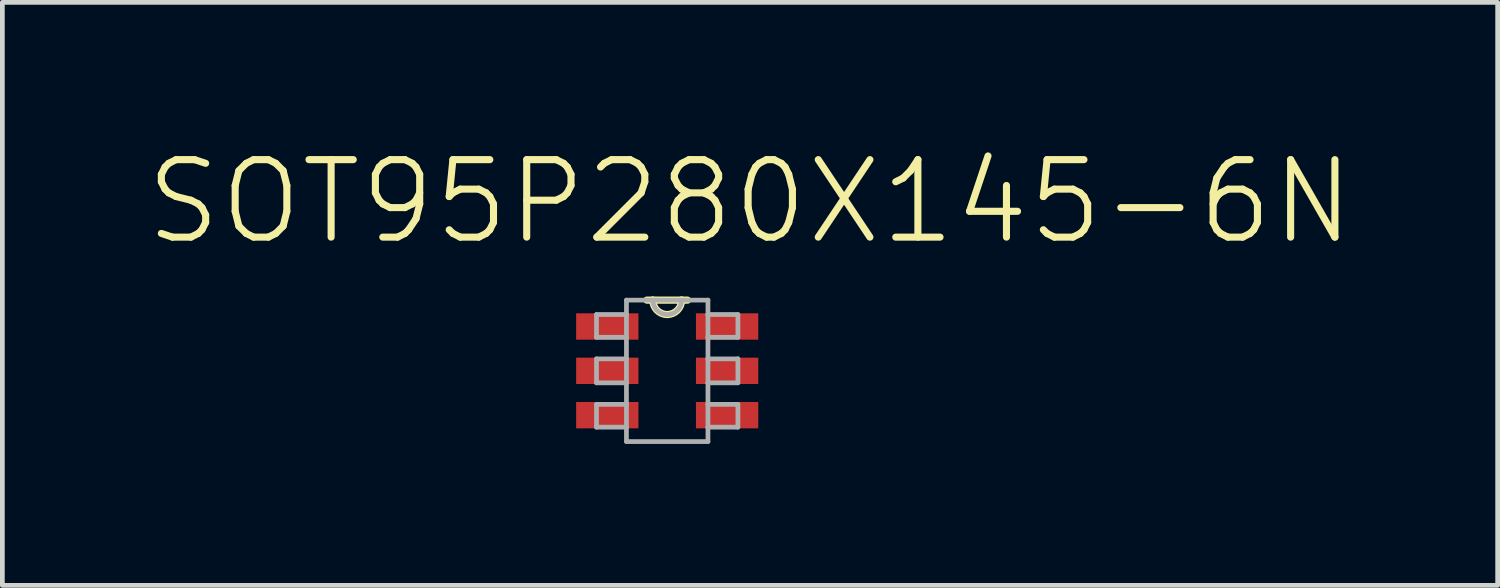
<source format=kicad_pcb>
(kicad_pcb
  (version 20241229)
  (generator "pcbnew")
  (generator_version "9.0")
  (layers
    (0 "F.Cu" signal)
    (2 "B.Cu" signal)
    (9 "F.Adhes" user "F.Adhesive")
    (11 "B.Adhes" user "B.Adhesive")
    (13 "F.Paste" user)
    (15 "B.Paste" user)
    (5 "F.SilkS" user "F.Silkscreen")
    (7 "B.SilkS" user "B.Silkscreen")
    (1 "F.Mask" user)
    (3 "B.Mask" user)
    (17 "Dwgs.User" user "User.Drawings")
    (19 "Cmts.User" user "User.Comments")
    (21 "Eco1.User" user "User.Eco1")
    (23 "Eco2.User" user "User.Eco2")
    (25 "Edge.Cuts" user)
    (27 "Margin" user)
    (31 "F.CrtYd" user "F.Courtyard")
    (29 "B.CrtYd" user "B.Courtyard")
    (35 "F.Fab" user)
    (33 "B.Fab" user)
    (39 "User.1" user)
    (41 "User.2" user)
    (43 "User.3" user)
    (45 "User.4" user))
  (footprint "SOT95P280X145-6N"
    (layer "F.Cu")
    (at 11.095 4.812)
    (property "Reference" "SOT95P280X145-6N" (at 1.755 -3.587 0) (layer "F.SilkS") (effects (font (size 1.643 1.643) (thickness 0.15))))
    (attr smd)
    (fp_line (start -0.305 -1.499) (end -0.432 -1.499) (stroke (width 0.152) (type solid)) (layer "F.SilkS"))
    (fp_line (start 0.305 -1.499) (end -0.305 -1.499) (stroke (width 0.152) (type solid)) (layer "F.SilkS"))
    (fp_line (start 0.432 -1.499) (end 0.305 -1.499) (stroke (width 0.152) (type solid)) (layer "F.SilkS"))
    (fp_arc (start 0.3048 -1.4986) (mid 0 -1.1938) (end -0.3048 -1.4986) (stroke (width 0.1524) (type solid)) (layer "F.SilkS"))
    (fp_line (start -1.499 -1.194) (end -1.499 -0.711) (stroke (width 0.1) (type solid)) (layer "F.Fab"))
    (fp_line (start -1.499 -0.711) (end -0.864 -0.711) (stroke (width 0.1) (type solid)) (layer "F.Fab"))
    (fp_line (start -1.499 -0.254) (end -1.499 0.254) (stroke (width 0.1) (type solid)) (layer "F.Fab"))
    (fp_line (start -1.499 0.254) (end -0.864 0.254) (stroke (width 0.1) (type solid)) (layer "F.Fab"))
    (fp_line (start -1.499 0.711) (end -1.499 1.194) (stroke (width 0.1) (type solid)) (layer "F.Fab"))
    (fp_line (start -1.499 1.194) (end -0.864 1.194) (stroke (width 0.1) (type solid)) (layer "F.Fab"))
    (fp_line (start -0.864 -1.499) (end -0.864 -1.194) (stroke (width 0.1) (type solid)) (layer "F.Fab"))
    (fp_line (start -0.864 -1.194) (end -1.499 -1.194) (stroke (width 0.1) (type solid)) (layer "F.Fab"))
    (fp_line (start -0.864 -1.194) (end -0.864 -0.711) (stroke (width 0.1) (type solid)) (layer "F.Fab"))
    (fp_line (start -0.864 -0.711) (end -0.864 -0.254) (stroke (width 0.1) (type solid)) (layer "F.Fab"))
    (fp_line (start -0.864 -0.254) (end -1.499 -0.254) (stroke (width 0.1) (type solid)) (layer "F.Fab"))
    (fp_line (start -0.864 -0.254) (end -0.864 0.254) (stroke (width 0.1) (type solid)) (layer "F.Fab"))
    (fp_line (start -0.864 0.254) (end -0.864 0.711) (stroke (width 0.1) (type solid)) (layer "F.Fab"))
    (fp_line (start -0.864 0.711) (end -1.499 0.711) (stroke (width 0.1) (type solid)) (layer "F.Fab"))
    (fp_line (start -0.864 1.194) (end -0.864 0.711) (stroke (width 0.1) (type solid)) (layer "F.Fab"))
    (fp_line (start -0.864 1.499) (end -0.864 1.194) (stroke (width 0.1) (type solid)) (layer "F.Fab"))
    (fp_line (start -0.864 1.499) (end 0.864 1.499) (stroke (width 0.1) (type solid)) (layer "F.Fab"))
    (fp_line (start -0.305 -1.499) (end -0.864 -1.499) (stroke (width 0.1) (type solid)) (layer "F.Fab"))
    (fp_line (start 0.305 -1.499) (end -0.305 -1.499) (stroke (width 0.1) (type solid)) (layer "F.Fab"))
    (fp_line (start 0.864 -1.499) (end 0.305 -1.499) (stroke (width 0.1) (type solid)) (layer "F.Fab"))
    (fp_line (start 0.864 -1.499) (end 0.864 -1.194) (stroke (width 0.1) (type solid)) (layer "F.Fab"))
    (fp_line (start 0.864 -1.194) (end 0.864 -0.711) (stroke (width 0.1) (type solid)) (layer "F.Fab"))
    (fp_line (start 0.864 -0.711) (end 1.499 -0.711) (stroke (width 0.1) (type solid)) (layer "F.Fab"))
    (fp_line (start 0.864 -0.254) (end 0.864 -0.711) (stroke (width 0.1) (type solid)) (layer "F.Fab"))
    (fp_line (start 0.864 0.254) (end 0.864 -0.254) (stroke (width 0.1) (type solid)) (layer "F.Fab"))
    (fp_line (start 0.864 0.254) (end 1.499 0.254) (stroke (width 0.1) (type solid)) (layer "F.Fab"))
    (fp_line (start 0.864 0.711) (end 0.864 0.254) (stroke (width 0.1) (type solid)) (layer "F.Fab"))
    (fp_line (start 0.864 1.194) (end 0.864 0.711) (stroke (width 0.1) (type solid)) (layer "F.Fab"))
    (fp_line (start 0.864 1.194) (end 1.499 1.194) (stroke (width 0.1) (type solid)) (layer "F.Fab"))
    (fp_line (start 0.864 1.499) (end 0.864 1.194) (stroke (width 0.1) (type solid)) (layer "F.Fab"))
    (fp_line (start 1.499 -1.194) (end 0.864 -1.194) (stroke (width 0.1) (type solid)) (layer "F.Fab"))
    (fp_line (start 1.499 -0.711) (end 1.499 -1.194) (stroke (width 0.1) (type solid)) (layer "F.Fab"))
    (fp_line (start 1.499 -0.254) (end 0.864 -0.254) (stroke (width 0.1) (type solid)) (layer "F.Fab"))
    (fp_line (start 1.499 0.254) (end 1.499 -0.254) (stroke (width 0.1) (type solid)) (layer "F.Fab"))
    (fp_line (start 1.499 0.711) (end 0.864 0.711) (stroke (width 0.1) (type solid)) (layer "F.Fab"))
    (fp_line (start 1.499 1.194) (end 1.499 0.711) (stroke (width 0.1) (type solid)) (layer "F.Fab"))
    (fp_arc (start 0.3048 -1.4986) (mid 0 -1.1938) (end -0.3048 -1.4986) (stroke (width 0.1) (type solid)) (layer "F.Fab"))
    (pad "1" smd rect (at -1.27 -0.94) (size 1.321 0.559) (layers "F.Cu" "F.Mask" "F.Paste"))
    (pad "2" smd rect (at -1.27 0) (size 1.321 0.559) (layers "F.Cu" "F.Mask" "F.Paste"))
    (pad "3" smd rect (at -1.27 0.94) (size 1.321 0.559) (layers "F.Cu" "F.Mask" "F.Paste"))
    (pad "4" smd rect (at 1.27 0.94) (size 1.321 0.559) (layers "F.Cu" "F.Mask" "F.Paste"))
    (pad "5" smd rect (at 1.27 0) (size 1.321 0.559) (layers "F.Cu" "F.Mask" "F.Paste"))
    (pad "6" smd rect (at 1.27 -0.94) (size 1.321 0.559) (layers "F.Cu" "F.Mask" "F.Paste")))
  (gr_rect
    (start -3 -3)
    (end 28.701 9.36)
    (stroke (width 0.1) (type default))
    (fill no)
    (layer "Edge.Cuts")))
</source>
